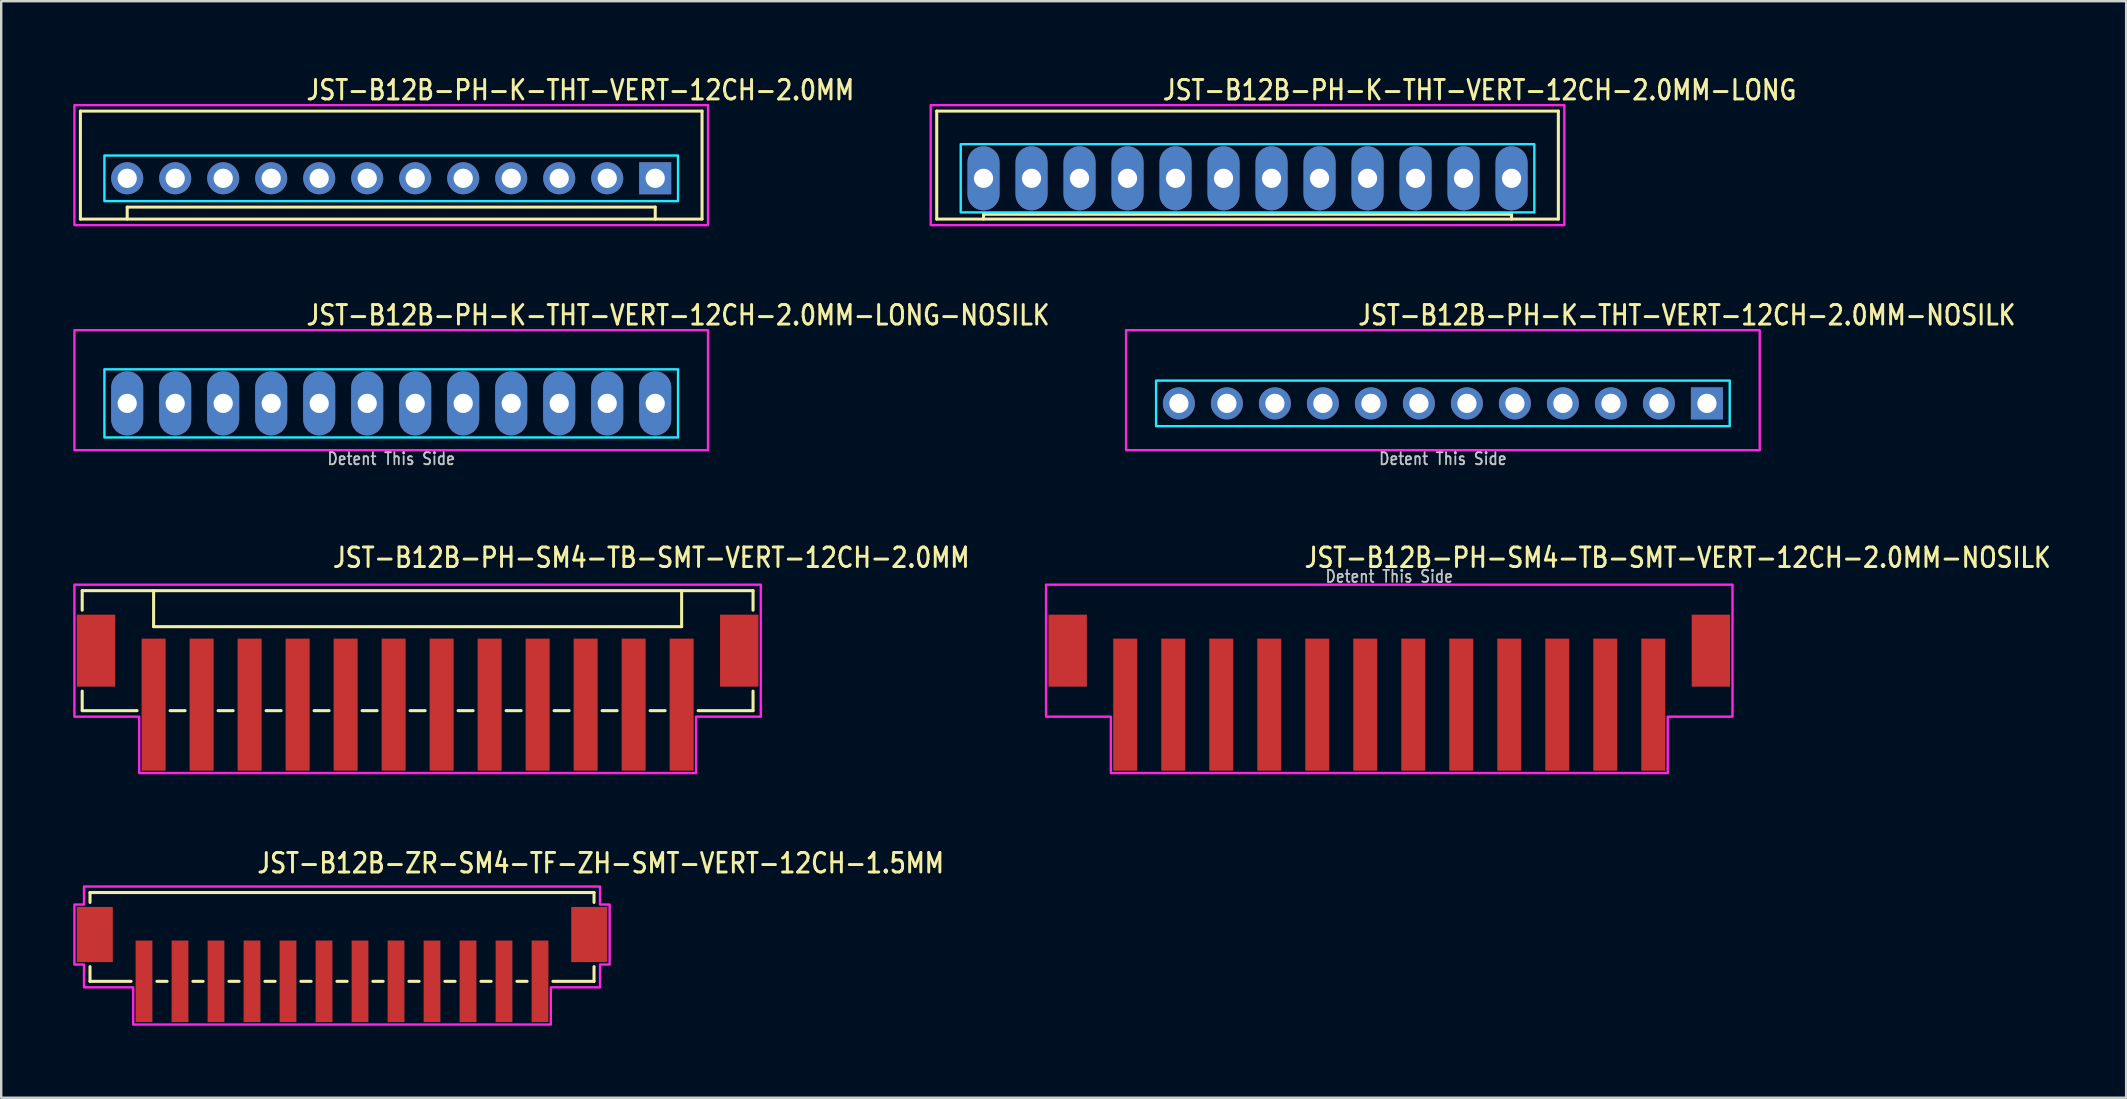
<source format=kicad_pcb>
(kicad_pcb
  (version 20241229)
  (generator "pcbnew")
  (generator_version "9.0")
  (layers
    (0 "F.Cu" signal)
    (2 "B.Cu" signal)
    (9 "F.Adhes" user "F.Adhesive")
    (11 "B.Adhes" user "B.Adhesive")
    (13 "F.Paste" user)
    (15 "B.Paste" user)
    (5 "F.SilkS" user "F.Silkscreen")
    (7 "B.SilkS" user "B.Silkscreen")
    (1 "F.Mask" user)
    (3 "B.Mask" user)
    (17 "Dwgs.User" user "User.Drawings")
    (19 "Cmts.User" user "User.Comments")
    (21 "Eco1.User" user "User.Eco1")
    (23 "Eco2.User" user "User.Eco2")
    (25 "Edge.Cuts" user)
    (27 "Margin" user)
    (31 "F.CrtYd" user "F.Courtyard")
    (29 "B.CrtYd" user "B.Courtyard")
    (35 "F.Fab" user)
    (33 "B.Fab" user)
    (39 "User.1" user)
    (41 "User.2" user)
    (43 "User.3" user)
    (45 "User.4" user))
  (footprint "JST-B12B-PH-SM4-TB-SMT-VERT-12CH-2.0MM-NOSILK"
    (layer "F.Cu")
    (at 54.834 24.059)
    (property "Reference" "JST-B12B-PH-SM4-TB-SMT-VERT-12CH-2.0MM-NOSILK" (at -3.6 -3.4 0) (unlocked yes) (layer "F.SilkS") (effects (font (size 0.813 0.695) (thickness 0.122)) (justify left bottom)))
    (fp_poly (pts (xy -14.3 -2.75) (xy -14.3 2.75) (xy -11.6 2.75) (xy -11.6 5.1) (xy 11.6 5.1) (xy 11.6 2.75) (xy 14.3 2.75) (xy 14.3 -2.75)) (stroke (width 0.1) (type solid)) (fill no) (layer "F.CrtYd"))
    (fp_text user "Detent This Side" (at 0 -2.8 0) (unlocked yes) (layer "Dwgs.User") (effects (font (size 0.5 0.427) (thickness 0.075)) (justify bottom)))
    (pad "1" smd rect (at -11 2.25) (size 1 5.5) (layers "F.Cu" "F.Mask" "F.Paste"))
    (pad "2" smd rect (at -9 2.25) (size 1 5.5) (layers "F.Cu" "F.Mask" "F.Paste"))
    (pad "3" smd rect (at -7 2.25) (size 1 5.5) (layers "F.Cu" "F.Mask" "F.Paste"))
    (pad "4" smd rect (at -5 2.25) (size 1 5.5) (layers "F.Cu" "F.Mask" "F.Paste"))
    (pad "5" smd rect (at -3 2.25) (size 1 5.5) (layers "F.Cu" "F.Mask" "F.Paste"))
    (pad "6" smd rect (at -1 2.25) (size 1 5.5) (layers "F.Cu" "F.Mask" "F.Paste"))
    (pad "7" smd rect (at 1 2.25) (size 1 5.5) (layers "F.Cu" "F.Mask" "F.Paste"))
    (pad "8" smd rect (at 3 2.25) (size 1 5.5) (layers "F.Cu" "F.Mask" "F.Paste"))
    (pad "9" smd rect (at 5 2.25) (size 1 5.5) (layers "F.Cu" "F.Mask" "F.Paste"))
    (pad "10" smd rect (at 7 2.25) (size 1 5.5) (layers "F.Cu" "F.Mask" "F.Paste"))
    (pad "11" smd rect (at 9 2.25) (size 1 5.5) (layers "F.Cu" "F.Mask" "F.Paste"))
    (pad "12" smd rect (at 11 2.25) (size 1 5.5) (layers "F.Cu" "F.Mask" "F.Paste"))
    (pad "S_1" smd rect (at -13.4 0) (size 1.6 3) (layers "F.Cu" "F.Mask" "F.Paste"))
    (pad "S_2" smd rect (at 13.4 0) (size 1.6 3) (layers "F.Cu" "F.Mask" "F.Paste")))
  (footprint "JST-B12B-PH-K-THT-VERT-12CH-2.0MM-LONG"
    (layer "F.Cu")
    (at 48.928 4.379)
    (property "Reference" "JST-B12B-PH-K-THT-VERT-12CH-2.0MM-LONG" (at -3.6 -3.2 0) (unlocked yes) (layer "F.SilkS") (effects (font (size 0.813 0.695) (thickness 0.122)) (justify left bottom)))
    (fp_line (start -12.95 -2.8) (end -12.95 1.7) (stroke (width 0.127) (type solid)) (layer "F.SilkS"))
    (fp_line (start -12.95 -2.8) (end 12.95 -2.8) (stroke (width 0.127) (type solid)) (layer "F.SilkS"))
    (fp_line (start -12.95 1.7) (end 12.95 1.7) (stroke (width 0.127) (type solid)) (layer "F.SilkS"))
    (fp_line (start -11 1.7) (end -11 1.5) (stroke (width 0.127) (type solid)) (layer "F.SilkS"))
    (fp_line (start 11 1.5) (end -11 1.5) (stroke (width 0.127) (type solid)) (layer "F.SilkS"))
    (fp_line (start 11 1.7) (end 11 1.5) (stroke (width 0.127) (type solid)) (layer "F.SilkS"))
    (fp_line (start 12.95 1.7) (end 12.95 -2.8) (stroke (width 0.127) (type solid)) (layer "F.SilkS"))
    (fp_poly (pts (xy -11.95 -1.42) (xy -11.95 1.42) (xy 11.95 1.42) (xy 11.95 -1.42)) (stroke (width 0.1) (type solid)) (fill no) (layer "B.CrtYd"))
    (fp_poly (pts (xy -13.2 1.95) (xy -13.2 -3.05) (xy 13.2 -3.05) (xy 13.2 1.95)) (stroke (width 0.1) (type solid)) (fill no) (layer "F.CrtYd"))
    (pad "1" thru_hole oval (at 11 0 90) (size 2.667 1.333) (drill 0.8) (layers "*.Cu" "*.Mask"))
    (pad "2" thru_hole oval (at 9 0 90) (size 2.667 1.333) (drill 0.8) (layers "*.Cu" "*.Mask"))
    (pad "3" thru_hole oval (at 7 0 90) (size 2.667 1.333) (drill 0.8) (layers "*.Cu" "*.Mask"))
    (pad "4" thru_hole oval (at 5 0 90) (size 2.667 1.333) (drill 0.8) (layers "*.Cu" "*.Mask"))
    (pad "5" thru_hole oval (at 3 0 90) (size 2.667 1.333) (drill 0.8) (layers "*.Cu" "*.Mask"))
    (pad "6" thru_hole oval (at 1 0 90) (size 2.667 1.333) (drill 0.8) (layers "*.Cu" "*.Mask"))
    (pad "7" thru_hole oval (at -1 0 90) (size 2.667 1.333) (drill 0.8) (layers "*.Cu" "*.Mask"))
    (pad "8" thru_hole oval (at -3 0 90) (size 2.667 1.333) (drill 0.8) (layers "*.Cu" "*.Mask"))
    (pad "9" thru_hole oval (at -5 0 90) (size 2.667 1.333) (drill 0.8) (layers "*.Cu" "*.Mask"))
    (pad "10" thru_hole oval (at -7 0 90) (size 2.667 1.333) (drill 0.8) (layers "*.Cu" "*.Mask"))
    (pad "11" thru_hole oval (at -9 0 90) (size 2.667 1.333) (drill 0.8) (layers "*.Cu" "*.Mask"))
    (pad "12" thru_hole oval (at -11 0 90) (size 2.667 1.333) (drill 0.8) (layers "*.Cu" "*.Mask")))
  (footprint "JST-B12B-PH-SM4-TB-SMT-VERT-12CH-2.0MM"
    (layer "F.Cu")
    (at 14.35 24.059)
    (property "Reference" "JST-B12B-PH-SM4-TB-SMT-VERT-12CH-2.0MM" (at -3.6 -3.4 0) (unlocked yes) (layer "F.SilkS") (effects (font (size 0.813 0.695) (thickness 0.122)) (justify left bottom)))
    (fp_line (start -13.975 -2.5) (end -13.975 -1.687) (stroke (width 0.127) (type solid)) (layer "F.SilkS"))
    (fp_line (start -13.975 -2.5) (end 13.975 -2.5) (stroke (width 0.127) (type solid)) (layer "F.SilkS"))
    (fp_line (start -13.975 2.5) (end -13.975 1.687) (stroke (width 0.127) (type solid)) (layer "F.SilkS"))
    (fp_line (start -13.975 2.5) (end -11.687 2.5) (stroke (width 0.127) (type solid)) (layer "F.SilkS"))
    (fp_line (start -11 -2.5) (end -11 -1) (stroke (width 0.127) (type solid)) (layer "F.SilkS"))
    (fp_line (start -11 -1) (end 11 -1) (stroke (width 0.127) (type solid)) (layer "F.SilkS"))
    (fp_line (start -10.313 2.5) (end -9.687 2.5) (stroke (width 0.127) (type solid)) (layer "F.SilkS"))
    (fp_line (start -8.313 2.5) (end -7.686 2.5) (stroke (width 0.127) (type solid)) (layer "F.SilkS"))
    (fp_line (start -6.314 2.5) (end -5.686 2.5) (stroke (width 0.127) (type solid)) (layer "F.SilkS"))
    (fp_line (start -4.314 2.5) (end -3.687 2.5) (stroke (width 0.127) (type solid)) (layer "F.SilkS"))
    (fp_line (start -2.313 2.5) (end -1.687 2.5) (stroke (width 0.127) (type solid)) (layer "F.SilkS"))
    (fp_line (start -0.314 2.5) (end 0.314 2.5) (stroke (width 0.127) (type solid)) (layer "F.SilkS"))
    (fp_line (start 1.687 2.5) (end 2.313 2.5) (stroke (width 0.127) (type solid)) (layer "F.SilkS"))
    (fp_line (start 3.687 2.5) (end 4.314 2.5) (stroke (width 0.127) (type solid)) (layer "F.SilkS"))
    (fp_line (start 5.686 2.5) (end 6.314 2.5) (stroke (width 0.127) (type solid)) (layer "F.SilkS"))
    (fp_line (start 7.686 2.5) (end 8.313 2.5) (stroke (width 0.127) (type solid)) (layer "F.SilkS"))
    (fp_line (start 9.687 2.5) (end 10.313 2.5) (stroke (width 0.127) (type solid)) (layer "F.SilkS"))
    (fp_line (start 11 -1) (end 11 -2.5) (stroke (width 0.127) (type solid)) (layer "F.SilkS"))
    (fp_line (start 11.687 2.5) (end 13.975 2.5) (stroke (width 0.127) (type solid)) (layer "F.SilkS"))
    (fp_line (start 13.975 -1.687) (end 13.975 -2.5) (stroke (width 0.127) (type solid)) (layer "F.SilkS"))
    (fp_line (start 13.975 1.687) (end 13.975 2.5) (stroke (width 0.127) (type solid)) (layer "F.SilkS"))
    (fp_poly (pts (xy -14.3 -2.75) (xy -14.3 2.75) (xy -11.6 2.75) (xy -11.6 5.1) (xy 11.6 5.1) (xy 11.6 2.75) (xy 14.3 2.75) (xy 14.3 -2.75)) (stroke (width 0.1) (type solid)) (fill no) (layer "F.CrtYd"))
    (pad "1" smd rect (at -11 2.25) (size 1 5.5) (layers "F.Cu" "F.Mask" "F.Paste"))
    (pad "2" smd rect (at -9 2.25) (size 1 5.5) (layers "F.Cu" "F.Mask" "F.Paste"))
    (pad "3" smd rect (at -7 2.25) (size 1 5.5) (layers "F.Cu" "F.Mask" "F.Paste"))
    (pad "4" smd rect (at -5 2.25) (size 1 5.5) (layers "F.Cu" "F.Mask" "F.Paste"))
    (pad "5" smd rect (at -3 2.25) (size 1 5.5) (layers "F.Cu" "F.Mask" "F.Paste"))
    (pad "6" smd rect (at -1 2.25) (size 1 5.5) (layers "F.Cu" "F.Mask" "F.Paste"))
    (pad "7" smd rect (at 1 2.25) (size 1 5.5) (layers "F.Cu" "F.Mask" "F.Paste"))
    (pad "8" smd rect (at 3 2.25) (size 1 5.5) (layers "F.Cu" "F.Mask" "F.Paste"))
    (pad "9" smd rect (at 5 2.25) (size 1 5.5) (layers "F.Cu" "F.Mask" "F.Paste"))
    (pad "10" smd rect (at 7 2.25) (size 1 5.5) (layers "F.Cu" "F.Mask" "F.Paste"))
    (pad "11" smd rect (at 9 2.25) (size 1 5.5) (layers "F.Cu" "F.Mask" "F.Paste"))
    (pad "12" smd rect (at 11 2.25) (size 1 5.5) (layers "F.Cu" "F.Mask" "F.Paste"))
    (pad "S_1" smd rect (at -13.4 0) (size 1.6 3) (layers "F.Cu" "F.Mask" "F.Paste"))
    (pad "S_2" smd rect (at 13.4 0) (size 1.6 3) (layers "F.Cu" "F.Mask" "F.Paste")))
  (footprint "JST-B12B-ZR-SM4-TF-ZH-SMT-VERT-12CH-1.5MM"
    (layer "F.Cu")
    (at 11.2 35.887)
    (property "Reference" "JST-B12B-ZR-SM4-TF-ZH-SMT-VERT-12CH-1.5MM" (at -3.6 -2.5 0) (unlocked yes) (layer "F.SilkS") (effects (font (size 0.813 0.695) (thickness 0.122)) (justify left bottom)))
    (fp_line (start -10.5 -1.75) (end -10.5 -1.337) (stroke (width 0.127) (type solid)) (layer "F.SilkS"))
    (fp_line (start -10.5 -1.75) (end 10.5 -1.75) (stroke (width 0.127) (type solid)) (layer "F.SilkS"))
    (fp_line (start -10.5 1.95) (end -10.5 1.337) (stroke (width 0.127) (type solid)) (layer "F.SilkS"))
    (fp_line (start -10.5 1.95) (end -8.787 1.95) (stroke (width 0.127) (type solid)) (layer "F.SilkS"))
    (fp_line (start -7.713 1.95) (end -7.287 1.95) (stroke (width 0.127) (type solid)) (layer "F.SilkS"))
    (fp_line (start -6.213 1.95) (end -5.787 1.95) (stroke (width 0.127) (type solid)) (layer "F.SilkS"))
    (fp_line (start -4.713 1.95) (end -4.287 1.95) (stroke (width 0.127) (type solid)) (layer "F.SilkS"))
    (fp_line (start -3.213 1.95) (end -2.787 1.95) (stroke (width 0.127) (type solid)) (layer "F.SilkS"))
    (fp_line (start -1.714 1.95) (end -1.286 1.95) (stroke (width 0.127) (type solid)) (layer "F.SilkS"))
    (fp_line (start -0.213 1.95) (end 0.213 1.95) (stroke (width 0.127) (type solid)) (layer "F.SilkS"))
    (fp_line (start 1.286 1.95) (end 1.714 1.95) (stroke (width 0.127) (type solid)) (layer "F.SilkS"))
    (fp_line (start 2.787 1.95) (end 3.213 1.95) (stroke (width 0.127) (type solid)) (layer "F.SilkS"))
    (fp_line (start 4.287 1.95) (end 4.713 1.95) (stroke (width 0.127) (type solid)) (layer "F.SilkS"))
    (fp_line (start 5.787 1.95) (end 6.213 1.95) (stroke (width 0.127) (type solid)) (layer "F.SilkS"))
    (fp_line (start 7.287 1.95) (end 7.713 1.95) (stroke (width 0.127) (type solid)) (layer "F.SilkS"))
    (fp_line (start 8.787 1.95) (end 10.5 1.95) (stroke (width 0.127) (type solid)) (layer "F.SilkS"))
    (fp_line (start 10.5 -1.337) (end 10.5 -1.75) (stroke (width 0.127) (type solid)) (layer "F.SilkS"))
    (fp_line (start 10.5 1.337) (end 10.5 1.95) (stroke (width 0.127) (type solid)) (layer "F.SilkS"))
    (fp_poly (pts (xy -10.75 -2) (xy -10.75 -1.25) (xy -11.15 -1.25) (xy -11.15 1.25) (xy -10.75 1.25) (xy -10.75 2.2) (xy -8.7 2.2) (xy -8.7 3.75) (xy 8.7 3.75) (xy 8.7 2.2) (xy 10.75 2.2) (xy 10.75 1.25) (xy 11.15 1.25) (xy 11.15 -1.25) (xy 10.75 -1.25) (xy 10.75 -2)) (stroke (width 0.1) (type solid)) (fill no) (layer "F.CrtYd"))
    (pad "1" smd rect (at -8.25 1.95) (size 0.7 3.4) (layers "F.Cu" "F.Mask" "F.Paste"))
    (pad "2" smd rect (at -6.75 1.95) (size 0.7 3.4) (layers "F.Cu" "F.Mask" "F.Paste"))
    (pad "3" smd rect (at -5.25 1.95) (size 0.7 3.4) (layers "F.Cu" "F.Mask" "F.Paste"))
    (pad "4" smd rect (at -3.75 1.95) (size 0.7 3.4) (layers "F.Cu" "F.Mask" "F.Paste"))
    (pad "5" smd rect (at -2.25 1.95) (size 0.7 3.4) (layers "F.Cu" "F.Mask" "F.Paste"))
    (pad "6" smd rect (at -0.75 1.95) (size 0.7 3.4) (layers "F.Cu" "F.Mask" "F.Paste"))
    (pad "7" smd rect (at 0.75 1.95) (size 0.7 3.4) (layers "F.Cu" "F.Mask" "F.Paste"))
    (pad "8" smd rect (at 2.25 1.95) (size 0.7 3.4) (layers "F.Cu" "F.Mask" "F.Paste"))
    (pad "9" smd rect (at 3.75 1.95) (size 0.7 3.4) (layers "F.Cu" "F.Mask" "F.Paste"))
    (pad "10" smd rect (at 5.25 1.95) (size 0.7 3.4) (layers "F.Cu" "F.Mask" "F.Paste"))
    (pad "11" smd rect (at 6.75 1.95) (size 0.7 3.4) (layers "F.Cu" "F.Mask" "F.Paste"))
    (pad "12" smd rect (at 8.25 1.95) (size 0.7 3.4) (layers "F.Cu" "F.Mask" "F.Paste"))
    (pad "S_13" smd rect (at 10.3 0) (size 1.5 2.3) (layers "F.Cu" "F.Mask" "F.Paste"))
    (pad "S_14" smd rect (at -10.3 0) (size 1.5 2.3) (layers "F.Cu" "F.Mask" "F.Paste")))
  (footprint "JST-B12B-PH-K-THT-VERT-12CH-2.0MM"
    (layer "F.Cu")
    (at 13.25 4.379)
    (property "Reference" "JST-B12B-PH-K-THT-VERT-12CH-2.0MM" (at -3.6 -3.2 0) (unlocked yes) (layer "F.SilkS") (effects (font (size 0.813 0.695) (thickness 0.122)) (justify left bottom)))
    (fp_line (start -12.95 -2.8) (end -12.95 1.7) (stroke (width 0.127) (type solid)) (layer "F.SilkS"))
    (fp_line (start -12.95 -2.8) (end 12.95 -2.8) (stroke (width 0.127) (type solid)) (layer "F.SilkS"))
    (fp_line (start -12.95 1.7) (end 12.95 1.7) (stroke (width 0.127) (type solid)) (layer "F.SilkS"))
    (fp_line (start -11 1.7) (end -11 1.2) (stroke (width 0.127) (type solid)) (layer "F.SilkS"))
    (fp_line (start 11 1.2) (end -11 1.2) (stroke (width 0.127) (type solid)) (layer "F.SilkS"))
    (fp_line (start 11 1.7) (end 11 1.2) (stroke (width 0.127) (type solid)) (layer "F.SilkS"))
    (fp_line (start 12.95 1.7) (end 12.95 -2.8) (stroke (width 0.127) (type solid)) (layer "F.SilkS"))
    (fp_poly (pts (xy -11.95 -0.95) (xy -11.95 0.95) (xy 11.95 0.95) (xy 11.95 -0.95)) (stroke (width 0.1) (type solid)) (fill no) (layer "B.CrtYd"))
    (fp_poly (pts (xy -13.2 1.95) (xy -13.2 -3.05) (xy 13.2 -3.05) (xy 13.2 1.95)) (stroke (width 0.1) (type solid)) (fill no) (layer "F.CrtYd"))
    (pad "1" thru_hole rect (at 11 0) (size 1.333 1.333) (drill 0.8) (layers "*.Cu" "*.Mask"))
    (pad "2" thru_hole oval (at 9 0) (size 1.333 1.333) (drill 0.8) (layers "*.Cu" "*.Mask"))
    (pad "3" thru_hole oval (at 7 0) (size 1.333 1.333) (drill 0.8) (layers "*.Cu" "*.Mask"))
    (pad "4" thru_hole oval (at 5 0) (size 1.333 1.333) (drill 0.8) (layers "*.Cu" "*.Mask"))
    (pad "5" thru_hole oval (at 3 0) (size 1.333 1.333) (drill 0.8) (layers "*.Cu" "*.Mask"))
    (pad "6" thru_hole oval (at 1 0) (size 1.333 1.333) (drill 0.8) (layers "*.Cu" "*.Mask"))
    (pad "7" thru_hole oval (at -1 0) (size 1.333 1.333) (drill 0.8) (layers "*.Cu" "*.Mask"))
    (pad "8" thru_hole oval (at -3 0) (size 1.333 1.333) (drill 0.8) (layers "*.Cu" "*.Mask"))
    (pad "9" thru_hole oval (at -5 0) (size 1.333 1.333) (drill 0.8) (layers "*.Cu" "*.Mask"))
    (pad "10" thru_hole oval (at -7 0) (size 1.333 1.333) (drill 0.8) (layers "*.Cu" "*.Mask"))
    (pad "11" thru_hole oval (at -9 0) (size 1.333 1.333) (drill 0.8) (layers "*.Cu" "*.Mask"))
    (pad "12" thru_hole oval (at -11 0) (size 1.333 1.333) (drill 0.8) (layers "*.Cu" "*.Mask")))
  (footprint "JST-B12B-PH-K-THT-VERT-12CH-2.0MM-LONG-NOSILK"
    (layer "F.Cu")
    (at 13.25 13.757)
    (property "Reference" "JST-B12B-PH-K-THT-VERT-12CH-2.0MM-LONG-NOSILK" (at -3.6 -3.2 0) (unlocked yes) (layer "F.SilkS") (effects (font (size 0.813 0.695) (thickness 0.122)) (justify left bottom)))
    (fp_poly (pts (xy -11.95 -1.42) (xy -11.95 1.42) (xy 11.95 1.42) (xy 11.95 -1.42)) (stroke (width 0.1) (type solid)) (fill no) (layer "B.CrtYd"))
    (fp_poly (pts (xy -13.2 1.95) (xy -13.2 -3.05) (xy 13.2 -3.05) (xy 13.2 1.95)) (stroke (width 0.1) (type solid)) (fill no) (layer "F.CrtYd"))
    (fp_text user "Detent This Side" (at 0 2.6 0) (unlocked yes) (layer "Dwgs.User") (effects (font (size 0.5 0.427) (thickness 0.075)) (justify bottom)))
    (pad "1" thru_hole oval (at 11 0 90) (size 2.667 1.333) (drill 0.8) (layers "*.Cu" "*.Mask"))
    (pad "2" thru_hole oval (at 9 0 90) (size 2.667 1.333) (drill 0.8) (layers "*.Cu" "*.Mask"))
    (pad "3" thru_hole oval (at 7 0 90) (size 2.667 1.333) (drill 0.8) (layers "*.Cu" "*.Mask"))
    (pad "4" thru_hole oval (at 5 0 90) (size 2.667 1.333) (drill 0.8) (layers "*.Cu" "*.Mask"))
    (pad "5" thru_hole oval (at 3 0 90) (size 2.667 1.333) (drill 0.8) (layers "*.Cu" "*.Mask"))
    (pad "6" thru_hole oval (at 1 0 90) (size 2.667 1.333) (drill 0.8) (layers "*.Cu" "*.Mask"))
    (pad "7" thru_hole oval (at -1 0 90) (size 2.667 1.333) (drill 0.8) (layers "*.Cu" "*.Mask"))
    (pad "8" thru_hole oval (at -3 0 90) (size 2.667 1.333) (drill 0.8) (layers "*.Cu" "*.Mask"))
    (pad "9" thru_hole oval (at -5 0 90) (size 2.667 1.333) (drill 0.8) (layers "*.Cu" "*.Mask"))
    (pad "10" thru_hole oval (at -7 0 90) (size 2.667 1.333) (drill 0.8) (layers "*.Cu" "*.Mask"))
    (pad "11" thru_hole oval (at -9 0 90) (size 2.667 1.333) (drill 0.8) (layers "*.Cu" "*.Mask"))
    (pad "12" thru_hole oval (at -11 0 90) (size 2.667 1.333) (drill 0.8) (layers "*.Cu" "*.Mask")))
  (footprint "JST-B12B-PH-K-THT-VERT-12CH-2.0MM-NOSILK"
    (layer "F.Cu")
    (at 57.068 13.757)
    (property "Reference" "JST-B12B-PH-K-THT-VERT-12CH-2.0MM-NOSILK" (at -3.6 -3.2 0) (unlocked yes) (layer "F.SilkS") (effects (font (size 0.813 0.695) (thickness 0.122)) (justify left bottom)))
    (fp_poly (pts (xy -11.95 -0.95) (xy -11.95 0.95) (xy 11.95 0.95) (xy 11.95 -0.95)) (stroke (width 0.1) (type solid)) (fill no) (layer "B.CrtYd"))
    (fp_poly (pts (xy -13.2 1.95) (xy -13.2 -3.05) (xy 13.2 -3.05) (xy 13.2 1.95)) (stroke (width 0.1) (type solid)) (fill no) (layer "F.CrtYd"))
    (fp_text user "Detent This Side" (at 0 2.6 0) (unlocked yes) (layer "Dwgs.User") (effects (font (size 0.5 0.427) (thickness 0.075)) (justify bottom)))
    (pad "1" thru_hole rect (at 11 0) (size 1.333 1.333) (drill 0.8) (layers "*.Cu" "*.Mask"))
    (pad "2" thru_hole oval (at 9 0) (size 1.333 1.333) (drill 0.8) (layers "*.Cu" "*.Mask"))
    (pad "3" thru_hole oval (at 7 0) (size 1.333 1.333) (drill 0.8) (layers "*.Cu" "*.Mask"))
    (pad "4" thru_hole oval (at 5 0) (size 1.333 1.333) (drill 0.8) (layers "*.Cu" "*.Mask"))
    (pad "5" thru_hole oval (at 3 0) (size 1.333 1.333) (drill 0.8) (layers "*.Cu" "*.Mask"))
    (pad "6" thru_hole oval (at 1 0) (size 1.333 1.333) (drill 0.8) (layers "*.Cu" "*.Mask"))
    (pad "7" thru_hole oval (at -1 0) (size 1.333 1.333) (drill 0.8) (layers "*.Cu" "*.Mask"))
    (pad "8" thru_hole oval (at -3 0) (size 1.333 1.333) (drill 0.8) (layers "*.Cu" "*.Mask"))
    (pad "9" thru_hole oval (at -5 0) (size 1.333 1.333) (drill 0.8) (layers "*.Cu" "*.Mask"))
    (pad "10" thru_hole oval (at -7 0) (size 1.333 1.333) (drill 0.8) (layers "*.Cu" "*.Mask"))
    (pad "11" thru_hole oval (at -9 0) (size 1.333 1.333) (drill 0.8) (layers "*.Cu" "*.Mask"))
    (pad "12" thru_hole oval (at -11 0) (size 1.333 1.333) (drill 0.8) (layers "*.Cu" "*.Mask")))
  (gr_rect
    (start -3 -3)
    (end 85.535 42.687)
    (stroke (width 0.1) (type default))
    (fill no)
    (layer "Edge.Cuts")))
</source>
